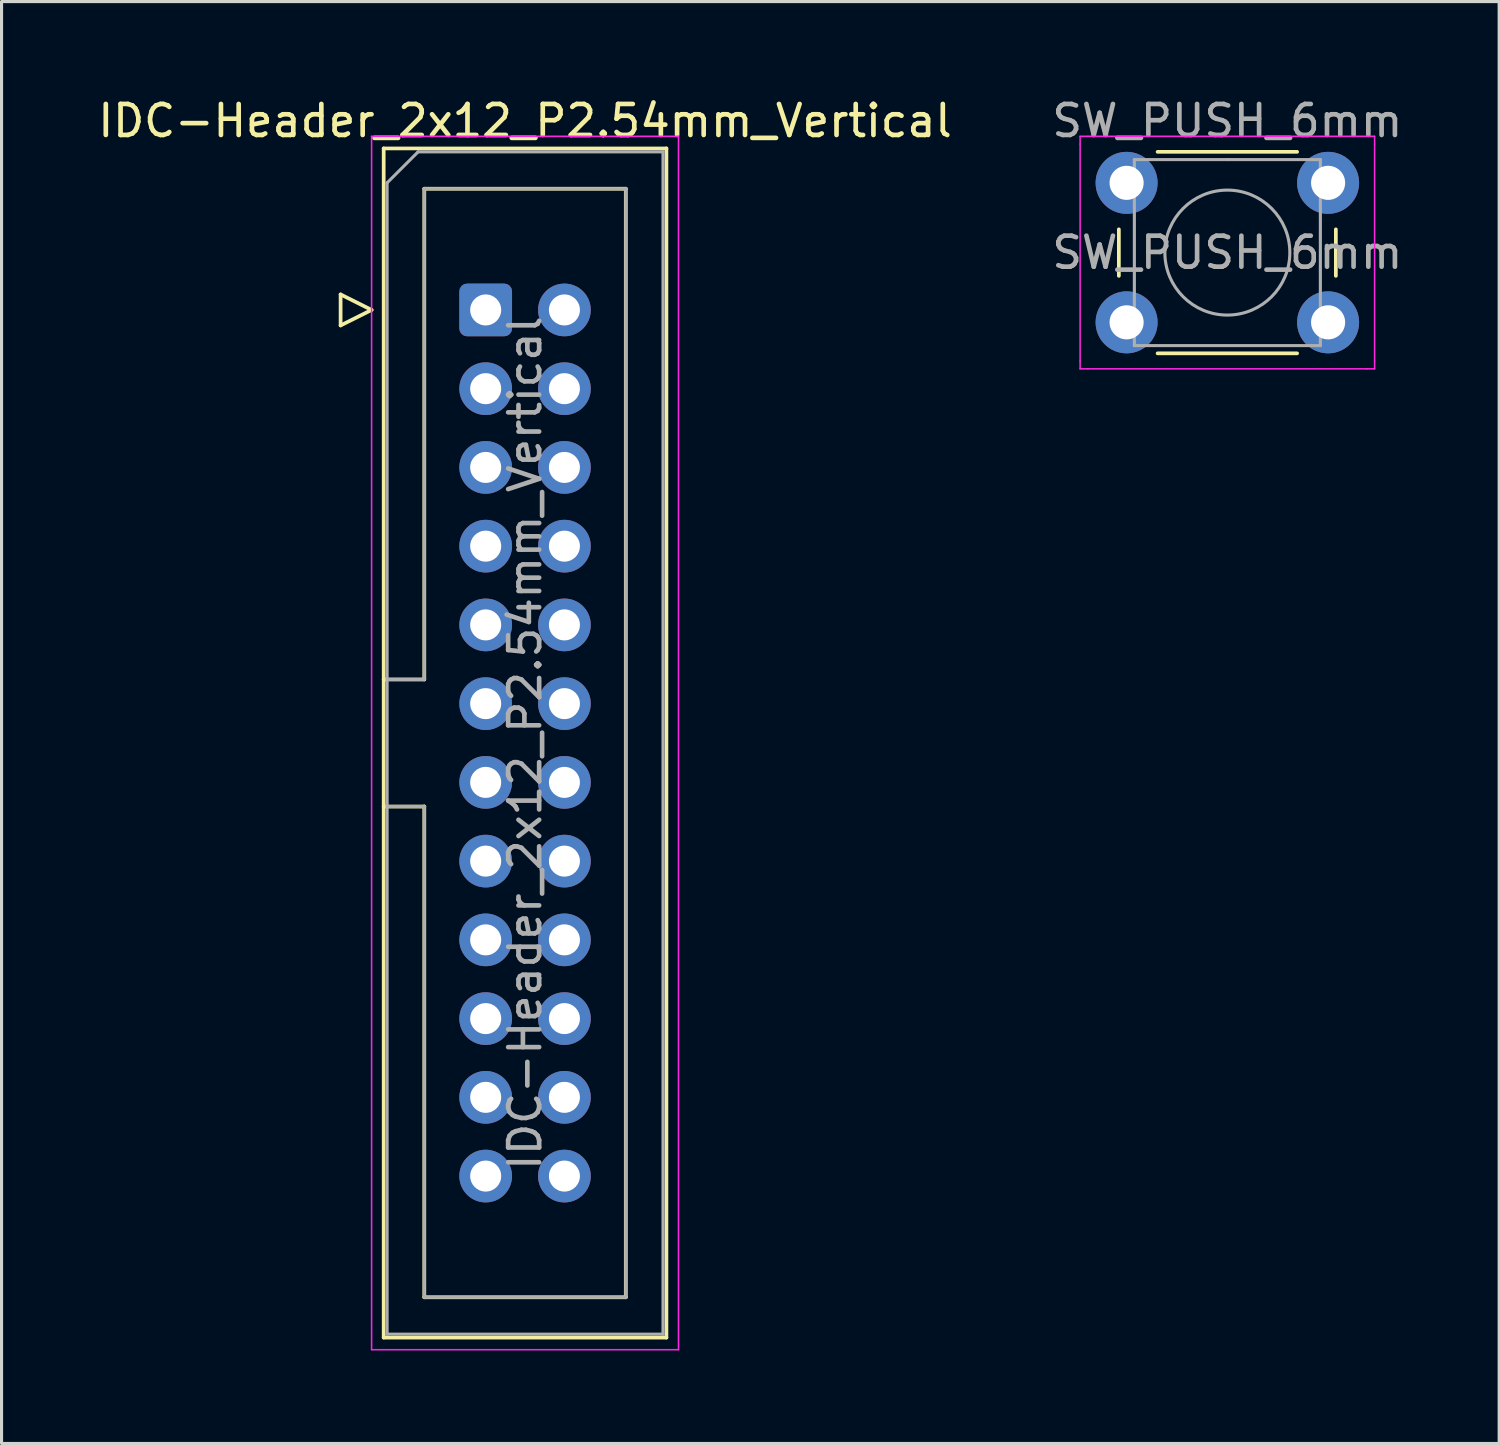
<source format=kicad_pcb>
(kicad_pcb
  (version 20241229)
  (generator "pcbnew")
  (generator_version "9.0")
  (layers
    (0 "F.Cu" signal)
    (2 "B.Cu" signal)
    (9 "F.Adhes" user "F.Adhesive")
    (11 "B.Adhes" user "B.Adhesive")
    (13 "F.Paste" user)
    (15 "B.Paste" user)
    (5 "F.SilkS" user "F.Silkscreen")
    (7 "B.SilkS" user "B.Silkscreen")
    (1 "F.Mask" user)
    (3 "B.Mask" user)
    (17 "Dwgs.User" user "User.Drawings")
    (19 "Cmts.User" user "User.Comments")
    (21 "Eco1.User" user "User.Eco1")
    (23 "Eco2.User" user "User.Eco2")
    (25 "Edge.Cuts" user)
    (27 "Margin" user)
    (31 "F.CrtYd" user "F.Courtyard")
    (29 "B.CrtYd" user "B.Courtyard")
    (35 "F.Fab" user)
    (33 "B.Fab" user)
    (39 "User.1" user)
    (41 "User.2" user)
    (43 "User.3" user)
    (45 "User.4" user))
  (footprint "SW_PUSH_6mm"
    (layer "F.Cu")
    (at 33.292 2.848)
    (property "Reference" "SW_PUSH_6mm" (at 3.25 -2 0) (layer "F.Fab") (effects (font (size 1 1) (thickness 0.15))))
    (attr through_hole)
    (fp_line (start -0.25 1.5) (end -0.25 3) (stroke (width 0.12) (type solid)) (layer "F.SilkS"))
    (fp_line (start 1 5.5) (end 5.5 5.5) (stroke (width 0.12) (type solid)) (layer "F.SilkS"))
    (fp_line (start 5.5 -1) (end 1 -1) (stroke (width 0.12) (type solid)) (layer "F.SilkS"))
    (fp_line (start 6.75 3) (end 6.75 1.5) (stroke (width 0.12) (type solid)) (layer "F.SilkS"))
    (fp_line (start -1.5 -1.5) (end -1.25 -1.5) (stroke (width 0.05) (type solid)) (layer "F.CrtYd"))
    (fp_line (start -1.5 -1.25) (end -1.5 -1.5) (stroke (width 0.05) (type solid)) (layer "F.CrtYd"))
    (fp_line (start -1.5 5.75) (end -1.5 -1.25) (stroke (width 0.05) (type solid)) (layer "F.CrtYd"))
    (fp_line (start -1.5 5.75) (end -1.5 6) (stroke (width 0.05) (type solid)) (layer "F.CrtYd"))
    (fp_line (start -1.5 6) (end -1.25 6) (stroke (width 0.05) (type solid)) (layer "F.CrtYd"))
    (fp_line (start -1.25 -1.5) (end 7.75 -1.5) (stroke (width 0.05) (type solid)) (layer "F.CrtYd"))
    (fp_line (start 7.75 -1.5) (end 8 -1.5) (stroke (width 0.05) (type solid)) (layer "F.CrtYd"))
    (fp_line (start 7.75 6) (end -1.25 6) (stroke (width 0.05) (type solid)) (layer "F.CrtYd"))
    (fp_line (start 7.75 6) (end 8 6) (stroke (width 0.05) (type solid)) (layer "F.CrtYd"))
    (fp_line (start 8 -1.5) (end 8 -1.25) (stroke (width 0.05) (type solid)) (layer "F.CrtYd"))
    (fp_line (start 8 -1.25) (end 8 5.75) (stroke (width 0.05) (type solid)) (layer "F.CrtYd"))
    (fp_line (start 8 6) (end 8 5.75) (stroke (width 0.05) (type solid)) (layer "F.CrtYd"))
    (fp_line (start 0.25 -0.75) (end 3.25 -0.75) (stroke (width 0.1) (type solid)) (layer "F.Fab"))
    (fp_line (start 0.25 5.25) (end 0.25 -0.75) (stroke (width 0.1) (type solid)) (layer "F.Fab"))
    (fp_line (start 3.25 -0.75) (end 6.25 -0.75) (stroke (width 0.1) (type solid)) (layer "F.Fab"))
    (fp_line (start 6.25 -0.75) (end 6.25 5.25) (stroke (width 0.1) (type solid)) (layer "F.Fab"))
    (fp_line (start 6.25 5.25) (end 0.25 5.25) (stroke (width 0.1) (type solid)) (layer "F.Fab"))
    (fp_circle (center 3.25 2.25) (end 1.25 2.5) (stroke (width 0.1) (type solid)) (fill no) (layer "F.Fab"))
    (fp_text user "${REFERENCE}" (at 3.25 2.25 0) (layer "F.Fab") (effects (font (size 1 1) (thickness 0.15))))
    (pad "1" thru_hole circle (at 0 0 90) (size 2 2) (drill 1.1) (layers "*.Cu" "*.Mask"))
    (pad "1" thru_hole circle (at 6.5 0 90) (size 2 2) (drill 1.1) (layers "*.Cu" "*.Mask"))
    (pad "2" thru_hole circle (at 0 4.5 90) (size 2 2) (drill 1.1) (layers "*.Cu" "*.Mask"))
    (pad "2" thru_hole circle (at 6.5 4.5 90) (size 2 2) (drill 1.1) (layers "*.Cu" "*.Mask")))
  (footprint "IDC-Header_2x12_P2.54mm_Vertical"
    (layer "F.Cu")
    (at 12.617 6.948)
    (property "Reference" "IDC-Header_2x12_P2.54mm_Vertical" (at 1.27 -6.1 180) (layer "F.SilkS") (effects (font (size 1 1) (thickness 0.15))))
    (attr through_hole)
    (fp_line (start -4.68 -0.5) (end -4.68 0.5) (stroke (width 0.12) (type solid)) (layer "F.SilkS"))
    (fp_line (start -4.68 0.5) (end -3.68 0) (stroke (width 0.12) (type solid)) (layer "F.SilkS"))
    (fp_line (start -3.68 0) (end -4.68 -0.5) (stroke (width 0.12) (type solid)) (layer "F.SilkS"))
    (fp_line (start -3.29 -5.21) (end 5.83 -5.21) (stroke (width 0.12) (type solid)) (layer "F.SilkS"))
    (fp_line (start -3.29 11.92) (end -1.98 11.92) (stroke (width 0.12) (type solid)) (layer "F.SilkS"))
    (fp_line (start -3.29 33.15) (end -3.29 -5.21) (stroke (width 0.12) (type solid)) (layer "F.SilkS"))
    (fp_line (start -1.98 -3.91) (end 4.52 -3.91) (stroke (width 0.12) (type solid)) (layer "F.SilkS"))
    (fp_line (start -1.98 11.92) (end -1.98 -3.91) (stroke (width 0.12) (type solid)) (layer "F.SilkS"))
    (fp_line (start -1.98 16.02) (end -3.29 16.02) (stroke (width 0.12) (type solid)) (layer "F.SilkS"))
    (fp_line (start -1.98 16.02) (end -1.98 16.02) (stroke (width 0.12) (type solid)) (layer "F.SilkS"))
    (fp_line (start -1.98 31.85) (end -1.98 16.02) (stroke (width 0.12) (type solid)) (layer "F.SilkS"))
    (fp_line (start 4.52 -3.91) (end 4.52 31.85) (stroke (width 0.12) (type solid)) (layer "F.SilkS"))
    (fp_line (start 4.52 31.85) (end -1.98 31.85) (stroke (width 0.12) (type solid)) (layer "F.SilkS"))
    (fp_line (start 5.83 -5.21) (end 5.83 33.15) (stroke (width 0.12) (type solid)) (layer "F.SilkS"))
    (fp_line (start 5.83 33.15) (end -3.29 33.15) (stroke (width 0.12) (type solid)) (layer "F.SilkS"))
    (fp_line (start -3.68 -5.6) (end -3.68 33.54) (stroke (width 0.05) (type solid)) (layer "F.CrtYd"))
    (fp_line (start -3.68 33.54) (end 6.22 33.54) (stroke (width 0.05) (type solid)) (layer "F.CrtYd"))
    (fp_line (start 6.22 -5.6) (end -3.68 -5.6) (stroke (width 0.05) (type solid)) (layer "F.CrtYd"))
    (fp_line (start 6.22 33.54) (end 6.22 -5.6) (stroke (width 0.05) (type solid)) (layer "F.CrtYd"))
    (fp_line (start -3.18 -4.1) (end -2.18 -5.1) (stroke (width 0.1) (type solid)) (layer "F.Fab"))
    (fp_line (start -3.18 11.92) (end -1.98 11.92) (stroke (width 0.1) (type solid)) (layer "F.Fab"))
    (fp_line (start -3.18 33.04) (end -3.18 -4.1) (stroke (width 0.1) (type solid)) (layer "F.Fab"))
    (fp_line (start -2.18 -5.1) (end 5.72 -5.1) (stroke (width 0.1) (type solid)) (layer "F.Fab"))
    (fp_line (start -1.98 -3.91) (end 4.52 -3.91) (stroke (width 0.1) (type solid)) (layer "F.Fab"))
    (fp_line (start -1.98 11.92) (end -1.98 -3.91) (stroke (width 0.1) (type solid)) (layer "F.Fab"))
    (fp_line (start -1.98 16.02) (end -3.18 16.02) (stroke (width 0.1) (type solid)) (layer "F.Fab"))
    (fp_line (start -1.98 16.02) (end -1.98 16.02) (stroke (width 0.1) (type solid)) (layer "F.Fab"))
    (fp_line (start -1.98 31.85) (end -1.98 16.02) (stroke (width 0.1) (type solid)) (layer "F.Fab"))
    (fp_line (start 4.52 -3.91) (end 4.52 31.85) (stroke (width 0.1) (type solid)) (layer "F.Fab"))
    (fp_line (start 4.52 31.85) (end -1.98 31.85) (stroke (width 0.1) (type solid)) (layer "F.Fab"))
    (fp_line (start 5.72 -5.1) (end 5.72 33.04) (stroke (width 0.1) (type solid)) (layer "F.Fab"))
    (fp_line (start 5.72 33.04) (end -3.18 33.04) (stroke (width 0.1) (type solid)) (layer "F.Fab"))
    (fp_text user "${REFERENCE}" (at 1.27 13.97 90) (layer "F.Fab") (effects (font (size 1 1) (thickness 0.15))))
    (pad "1" thru_hole roundrect (at 0 0) (size 1.7 1.7) (drill 1) (layers "*.Cu" "*.Mask") (roundrect_rratio 0.147))
    (pad "2" thru_hole circle (at 2.54 0) (size 1.7 1.7) (drill 1) (layers "*.Cu" "*.Mask"))
    (pad "3" thru_hole circle (at 0 2.54) (size 1.7 1.7) (drill 1) (layers "*.Cu" "*.Mask"))
    (pad "4" thru_hole circle (at 2.54 2.54) (size 1.7 1.7) (drill 1) (layers "*.Cu" "*.Mask"))
    (pad "5" thru_hole circle (at 0 5.08) (size 1.7 1.7) (drill 1) (layers "*.Cu" "*.Mask"))
    (pad "6" thru_hole circle (at 2.54 5.08) (size 1.7 1.7) (drill 1) (layers "*.Cu" "*.Mask"))
    (pad "7" thru_hole circle (at 0 7.62) (size 1.7 1.7) (drill 1) (layers "*.Cu" "*.Mask"))
    (pad "8" thru_hole circle (at 2.54 7.62) (size 1.7 1.7) (drill 1) (layers "*.Cu" "*.Mask"))
    (pad "9" thru_hole circle (at 0 10.16) (size 1.7 1.7) (drill 1) (layers "*.Cu" "*.Mask"))
    (pad "10" thru_hole circle (at 2.54 10.16) (size 1.7 1.7) (drill 1) (layers "*.Cu" "*.Mask"))
    (pad "11" thru_hole circle (at 0 12.7) (size 1.7 1.7) (drill 1) (layers "*.Cu" "*.Mask"))
    (pad "12" thru_hole circle (at 2.54 12.7) (size 1.7 1.7) (drill 1) (layers "*.Cu" "*.Mask"))
    (pad "13" thru_hole circle (at 0 15.24) (size 1.7 1.7) (drill 1) (layers "*.Cu" "*.Mask"))
    (pad "14" thru_hole circle (at 2.54 15.24) (size 1.7 1.7) (drill 1) (layers "*.Cu" "*.Mask"))
    (pad "15" thru_hole circle (at 0 17.78) (size 1.7 1.7) (drill 1) (layers "*.Cu" "*.Mask"))
    (pad "16" thru_hole circle (at 2.54 17.78) (size 1.7 1.7) (drill 1) (layers "*.Cu" "*.Mask"))
    (pad "17" thru_hole circle (at 0 20.32) (size 1.7 1.7) (drill 1) (layers "*.Cu" "*.Mask"))
    (pad "18" thru_hole circle (at 2.54 20.32) (size 1.7 1.7) (drill 1) (layers "*.Cu" "*.Mask"))
    (pad "19" thru_hole circle (at 0 22.86) (size 1.7 1.7) (drill 1) (layers "*.Cu" "*.Mask"))
    (pad "20" thru_hole circle (at 2.54 22.86) (size 1.7 1.7) (drill 1) (layers "*.Cu" "*.Mask"))
    (pad "21" thru_hole circle (at 0 25.4) (size 1.7 1.7) (drill 1) (layers "*.Cu" "*.Mask"))
    (pad "22" thru_hole circle (at 2.54 25.4) (size 1.7 1.7) (drill 1) (layers "*.Cu" "*.Mask"))
    (pad "23" thru_hole circle (at 0 27.94) (size 1.7 1.7) (drill 1) (layers "*.Cu" "*.Mask"))
    (pad "24" thru_hole circle (at 2.54 27.94) (size 1.7 1.7) (drill 1) (layers "*.Cu" "*.Mask")))
  (gr_rect
    (start -3 -3)
    (end 45.31 43.513)
    (stroke (width 0.1) (type default))
    (fill no)
    (layer "Edge.Cuts")))
</source>
